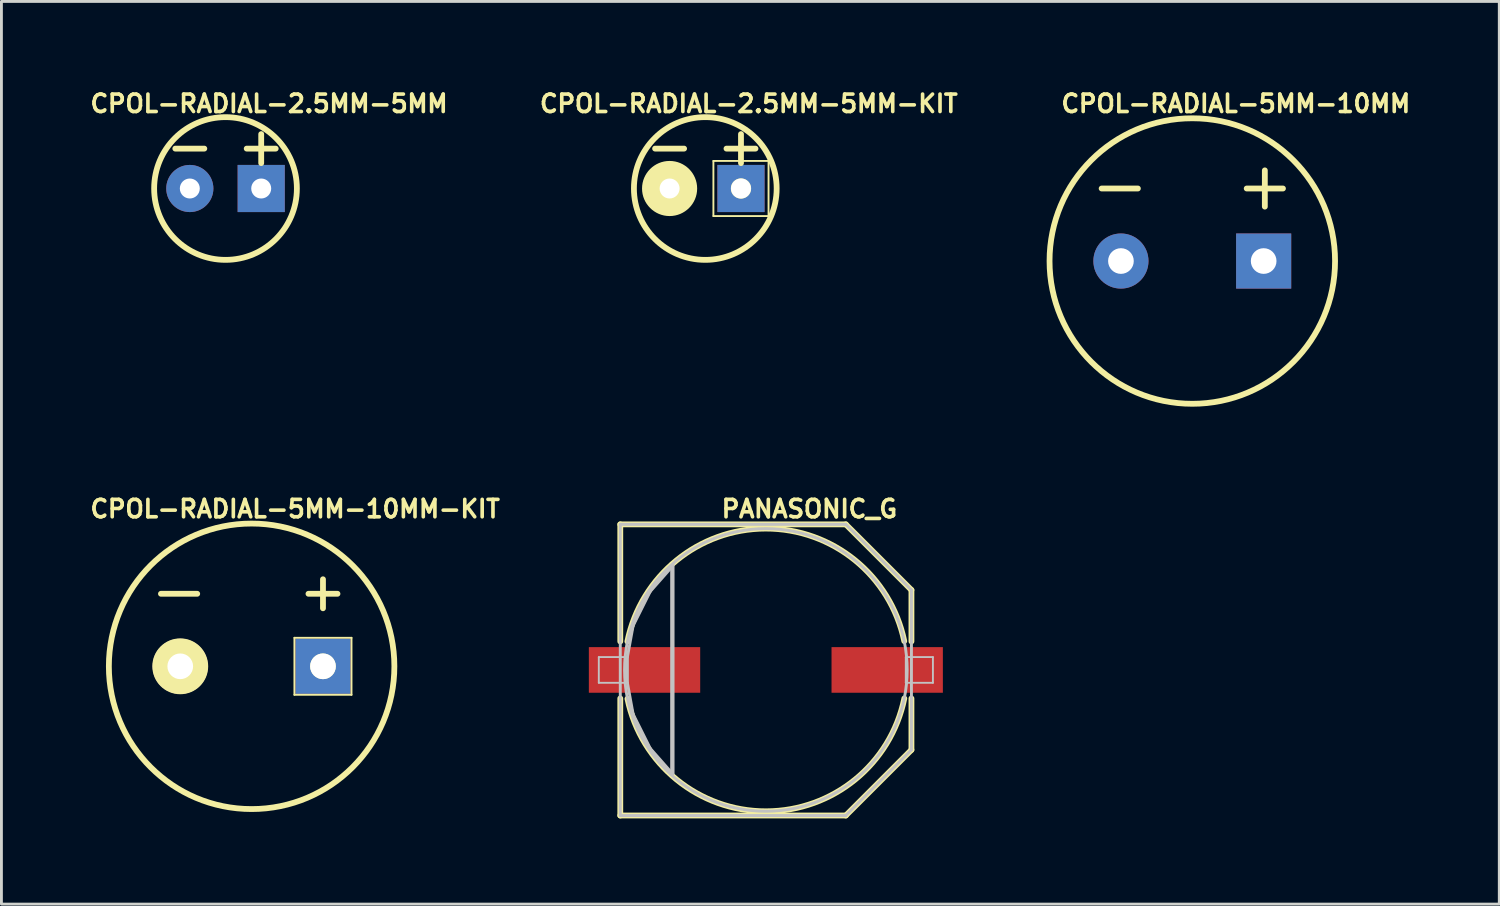
<source format=kicad_pcb>
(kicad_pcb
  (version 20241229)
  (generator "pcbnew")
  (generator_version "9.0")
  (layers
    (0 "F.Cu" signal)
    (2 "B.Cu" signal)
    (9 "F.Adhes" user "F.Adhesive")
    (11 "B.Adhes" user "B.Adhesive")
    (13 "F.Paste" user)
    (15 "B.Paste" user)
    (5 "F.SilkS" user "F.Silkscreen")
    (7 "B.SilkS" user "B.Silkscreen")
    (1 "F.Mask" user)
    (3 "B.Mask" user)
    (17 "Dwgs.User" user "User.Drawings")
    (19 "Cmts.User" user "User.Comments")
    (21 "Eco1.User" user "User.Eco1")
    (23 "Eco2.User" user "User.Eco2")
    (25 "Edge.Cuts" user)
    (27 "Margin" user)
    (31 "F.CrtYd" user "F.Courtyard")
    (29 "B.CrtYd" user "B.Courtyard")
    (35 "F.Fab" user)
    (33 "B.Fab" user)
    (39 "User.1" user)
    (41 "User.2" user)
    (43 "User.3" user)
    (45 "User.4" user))
  (footprint "CPOL-RADIAL-5MM-10MM-KIT"
    (layer "F.Cu")
    (at 5.761 20.283)
    (property "Reference" "CPOL-RADIAL-5MM-10MM-KIT" (at 1.524 -5.512 0) (layer "F.SilkS") (effects (font (size 0.61 0.61) (thickness 0.127))))
    (attr exclude_from_pos_files exclude_from_bom)
    (fp_line (start -1.905 -2.54) (end -3.175 -2.54) (stroke (width 0.203) (type solid)) (layer "F.SilkS"))
    (fp_line (start 1.499 -0.998) (end 3.498 -0.998) (stroke (width 0.066) (type solid)) (layer "F.SilkS"))
    (fp_line (start 1.499 0.998) (end 1.499 -0.998) (stroke (width 0.066) (type solid)) (layer "F.SilkS"))
    (fp_line (start 1.499 0.998) (end 3.498 0.998) (stroke (width 0.066) (type solid)) (layer "F.SilkS"))
    (fp_line (start 2.499 -3.048) (end 2.499 -2.032) (stroke (width 0.203) (type solid)) (layer "F.SilkS"))
    (fp_line (start 3.007 -2.54) (end 1.991 -2.54) (stroke (width 0.203) (type solid)) (layer "F.SilkS"))
    (fp_line (start 3.498 0.998) (end 3.498 -0.998) (stroke (width 0.066) (type solid)) (layer "F.SilkS"))
    (fp_circle (center -2.499 0) (end -2.499 -0.978) (stroke (width 0) (type solid)) (fill yes) (layer "F.SilkS"))
    (fp_circle (center -2.499 0) (end -2.499 -0.447) (stroke (width 0) (type solid)) (fill yes) (layer "F.SilkS"))
    (fp_circle (center 0 0) (end 0 -4.999) (stroke (width 0.203) (type solid)) (fill no) (layer "F.SilkS"))
    (fp_circle (center 2.499 0) (end 2.499 -0.45) (stroke (width 0) (type solid)) (fill yes) (layer "F.SilkS"))
    (pad "+" thru_hole rect (at 2.499 0) (size 1.93 1.93) (drill 0.899) (layers "*.Cu" "*.Paste" "*.Mask"))
    (pad "-" thru_hole circle (at -2.499 0) (size 1.93 1.93) (drill 0.899) (layers "*.Cu" "*.Paste" "*.Mask")))
  (footprint "PANASONIC_G"
    (layer "F.Cu")
    (at 23.769 20.41)
    (property "Reference" "PANASONIC_G" (at 1.524 -5.639 0) (layer "F.SilkS") (effects (font (size 0.61 0.61) (thickness 0.127))))
    (attr smd)
    (fp_line (start -5.098 -5.098) (end 2.799 -5.098) (stroke (width 0.203) (type solid)) (layer "F.SilkS"))
    (fp_line (start -5.098 -0.998) (end -5.098 -5.098) (stroke (width 0.203) (type solid)) (layer "F.SilkS"))
    (fp_line (start -5.098 5.098) (end -5.098 0.998) (stroke (width 0.203) (type solid)) (layer "F.SilkS"))
    (fp_line (start 2.799 -5.098) (end 5.098 -2.799) (stroke (width 0.203) (type solid)) (layer "F.SilkS"))
    (fp_line (start 2.799 5.098) (end -5.098 5.098) (stroke (width 0.203) (type solid)) (layer "F.SilkS"))
    (fp_line (start 5.098 -2.799) (end 5.098 -0.998) (stroke (width 0.203) (type solid)) (layer "F.SilkS"))
    (fp_line (start 5.098 0.998) (end 5.098 2.799) (stroke (width 0.203) (type solid)) (layer "F.SilkS"))
    (fp_line (start 5.098 2.799) (end 2.799 5.098) (stroke (width 0.203) (type solid)) (layer "F.SilkS"))
    (fp_arc (start -4.84886 -0.99822) (mid -0.005807 -4.950541) (end 4.846505 -1.009593) (stroke (width 0.2032) (type solid)) (layer "F.SilkS"))
    (fp_arc (start 4.84886 0.99822) (mid 0.005807 4.950541) (end -4.846505 1.009593) (stroke (width 0.2032) (type solid)) (layer "F.SilkS"))
    (fp_line (start -5.85 -0.45) (end -4.9 -0.45) (stroke (width 0.066) (type solid)) (layer "Dwgs.User"))
    (fp_line (start -5.85 0.45) (end -5.85 -0.45) (stroke (width 0.066) (type solid)) (layer "Dwgs.User"))
    (fp_line (start -5.85 0.45) (end -4.9 0.45) (stroke (width 0.066) (type solid)) (layer "Dwgs.User"))
    (fp_line (start -5.098 -5.098) (end 2.799 -5.098) (stroke (width 0.102) (type solid)) (layer "Dwgs.User"))
    (fp_line (start -5.098 5.098) (end -5.098 -5.098) (stroke (width 0.102) (type solid)) (layer "Dwgs.User"))
    (fp_line (start -4.9 0.45) (end -4.9 -0.45) (stroke (width 0.066) (type solid)) (layer "Dwgs.User"))
    (fp_line (start -4.849 -0.45) (end -4.849 0.45) (stroke (width 0.102) (type solid)) (layer "Dwgs.User"))
    (fp_line (start -4.849 0.45) (end -4.648 1.549) (stroke (width 0.102) (type solid)) (layer "Dwgs.User"))
    (fp_line (start -4.648 -1.549) (end -4.849 -0.45) (stroke (width 0.102) (type solid)) (layer "Dwgs.User"))
    (fp_line (start -4.648 1.549) (end -4.049 2.748) (stroke (width 0.102) (type solid)) (layer "Dwgs.User"))
    (fp_line (start -4.049 -2.748) (end -4.648 -1.549) (stroke (width 0.102) (type solid)) (layer "Dwgs.User"))
    (fp_line (start -4.049 2.748) (end -3.299 3.599) (stroke (width 0.102) (type solid)) (layer "Dwgs.User"))
    (fp_line (start -3.299 -3.599) (end -4.049 -2.748) (stroke (width 0.102) (type solid)) (layer "Dwgs.User"))
    (fp_line (start -3.299 -3.548) (end -3.299 -3.599) (stroke (width 0.102) (type solid)) (layer "Dwgs.User"))
    (fp_line (start -3.299 3.599) (end -3.299 -3.548) (stroke (width 0.102) (type solid)) (layer "Dwgs.User"))
    (fp_line (start -3.249 -3.698) (end -3.249 3.65) (stroke (width 0.102) (type solid)) (layer "Dwgs.User"))
    (fp_line (start 2.799 -5.098) (end 5.098 -2.799) (stroke (width 0.102) (type solid)) (layer "Dwgs.User"))
    (fp_line (start 2.799 5.098) (end -5.098 5.098) (stroke (width 0.102) (type solid)) (layer "Dwgs.User"))
    (fp_line (start 4.9 -0.45) (end 5.85 -0.45) (stroke (width 0.066) (type solid)) (layer "Dwgs.User"))
    (fp_line (start 4.9 0.45) (end 4.9 -0.45) (stroke (width 0.066) (type solid)) (layer "Dwgs.User"))
    (fp_line (start 4.9 0.45) (end 5.85 0.45) (stroke (width 0.066) (type solid)) (layer "Dwgs.User"))
    (fp_line (start 5.098 -2.799) (end 5.098 2.799) (stroke (width 0.102) (type solid)) (layer "Dwgs.User"))
    (fp_line (start 5.098 2.799) (end 2.799 5.098) (stroke (width 0.102) (type solid)) (layer "Dwgs.User"))
    (fp_line (start 5.85 0.45) (end 5.85 -0.45) (stroke (width 0.066) (type solid)) (layer "Dwgs.User"))
    (fp_circle (center 0 0) (end 0 -4.948) (stroke (width 0.102) (type solid)) (fill no) (layer "Dwgs.User"))
    (pad "+" smd rect (at 4.249 0) (size 3.899 1.598) (layers "F.Cu" "F.Mask" "F.Paste"))
    (pad "-" smd rect (at -4.249 0) (size 3.899 1.598) (layers "F.Cu" "F.Mask" "F.Paste")))
  (footprint "CPOL-RADIAL-2.5MM-5MM-KIT"
    (layer "F.Cu")
    (at 21.648 3.551)
    (property "Reference" "CPOL-RADIAL-2.5MM-5MM-KIT" (at 1.524 -2.972 0) (layer "F.SilkS") (effects (font (size 0.61 0.61) (thickness 0.127))))
    (attr exclude_from_pos_files exclude_from_bom)
    (fp_line (start -0.742 -1.397) (end -1.758 -1.397) (stroke (width 0.203) (type solid)) (layer "F.SilkS"))
    (fp_line (start 0.284 -0.965) (end 2.215 -0.965) (stroke (width 0.066) (type solid)) (layer "F.SilkS"))
    (fp_line (start 0.284 0.965) (end 0.284 -0.965) (stroke (width 0.066) (type solid)) (layer "F.SilkS"))
    (fp_line (start 0.284 0.965) (end 2.215 0.965) (stroke (width 0.066) (type solid)) (layer "F.SilkS"))
    (fp_line (start 1.25 -1.905) (end 1.25 -0.889) (stroke (width 0.203) (type solid)) (layer "F.SilkS"))
    (fp_line (start 1.758 -1.397) (end 0.742 -1.397) (stroke (width 0.203) (type solid)) (layer "F.SilkS"))
    (fp_line (start 2.215 0.965) (end 2.215 -0.965) (stroke (width 0.066) (type solid)) (layer "F.SilkS"))
    (fp_circle (center -1.25 0) (end -1.25 -0.965) (stroke (width 0) (type solid)) (fill yes) (layer "F.SilkS"))
    (fp_circle (center -1.25 0) (end -1.25 -0.356) (stroke (width 0) (type solid)) (fill yes) (layer "F.SilkS"))
    (fp_circle (center 0 0) (end 0 -2.499) (stroke (width 0.203) (type solid)) (fill no) (layer "F.SilkS"))
    (fp_circle (center 1.25 0) (end 1.25 -0.356) (stroke (width 0) (type solid)) (fill yes) (layer "F.SilkS"))
    (pad "1" thru_hole rect (at 1.25 0) (size 1.651 1.651) (drill 0.699) (layers "*.Cu" "*.Paste" "*.Mask"))
    (pad "2" thru_hole circle (at -1.25 0) (size 1.651 1.651) (drill 0.699) (layers "*.Cu" "*.Paste" "*.Mask")))
  (footprint "CPOL-RADIAL-2.5MM-5MM"
    (layer "F.Cu")
    (at 4.847 3.551)
    (property "Reference" "CPOL-RADIAL-2.5MM-5MM" (at 1.524 -2.972 0) (layer "F.SilkS") (effects (font (size 0.61 0.61) (thickness 0.127))))
    (attr exclude_from_pos_files exclude_from_bom)
    (fp_line (start -0.742 -1.397) (end -1.758 -1.397) (stroke (width 0.203) (type solid)) (layer "F.SilkS"))
    (fp_line (start 1.25 -1.905) (end 1.25 -0.889) (stroke (width 0.203) (type solid)) (layer "F.SilkS"))
    (fp_line (start 1.758 -1.397) (end 0.742 -1.397) (stroke (width 0.203) (type solid)) (layer "F.SilkS"))
    (fp_circle (center 0 0) (end 0 -2.499) (stroke (width 0.203) (type solid)) (fill no) (layer "F.SilkS"))
    (pad "1" thru_hole rect (at 1.25 0) (size 1.651 1.651) (drill 0.699) (layers "*.Cu" "*.Paste" "*.Mask"))
    (pad "2" thru_hole circle (at -1.25 0) (size 1.651 1.651) (drill 0.699) (layers "*.Cu" "*.Paste" "*.Mask")))
  (footprint "CPOL-RADIAL-5MM-10MM"
    (layer "F.Cu")
    (at 38.702 6.091)
    (property "Reference" "CPOL-RADIAL-5MM-10MM" (at 1.524 -5.512 0) (layer "F.SilkS") (effects (font (size 0.61 0.61) (thickness 0.127))))
    (attr exclude_from_pos_files exclude_from_bom)
    (fp_line (start -1.905 -2.54) (end -3.175 -2.54) (stroke (width 0.203) (type solid)) (layer "F.SilkS"))
    (fp_line (start 2.54 -3.175) (end 2.54 -1.905) (stroke (width 0.203) (type solid)) (layer "F.SilkS"))
    (fp_line (start 3.175 -2.54) (end 1.905 -2.54) (stroke (width 0.203) (type solid)) (layer "F.SilkS"))
    (fp_circle (center 0 0) (end 0 -4.999) (stroke (width 0.203) (type solid)) (fill no) (layer "F.SilkS"))
    (pad "+" thru_hole rect (at 2.499 0) (size 1.93 1.93) (drill 0.899) (layers "*.Cu" "*.Paste" "*.Mask"))
    (pad "-" thru_hole circle (at -2.499 0) (size 1.93 1.93) (drill 0.899) (layers "*.Cu" "*.Paste" "*.Mask")))
  (gr_rect
    (start -3 -3)
    (end 49.452 28.609)
    (stroke (width 0.1) (type default))
    (fill no)
    (layer "Edge.Cuts")))
</source>
